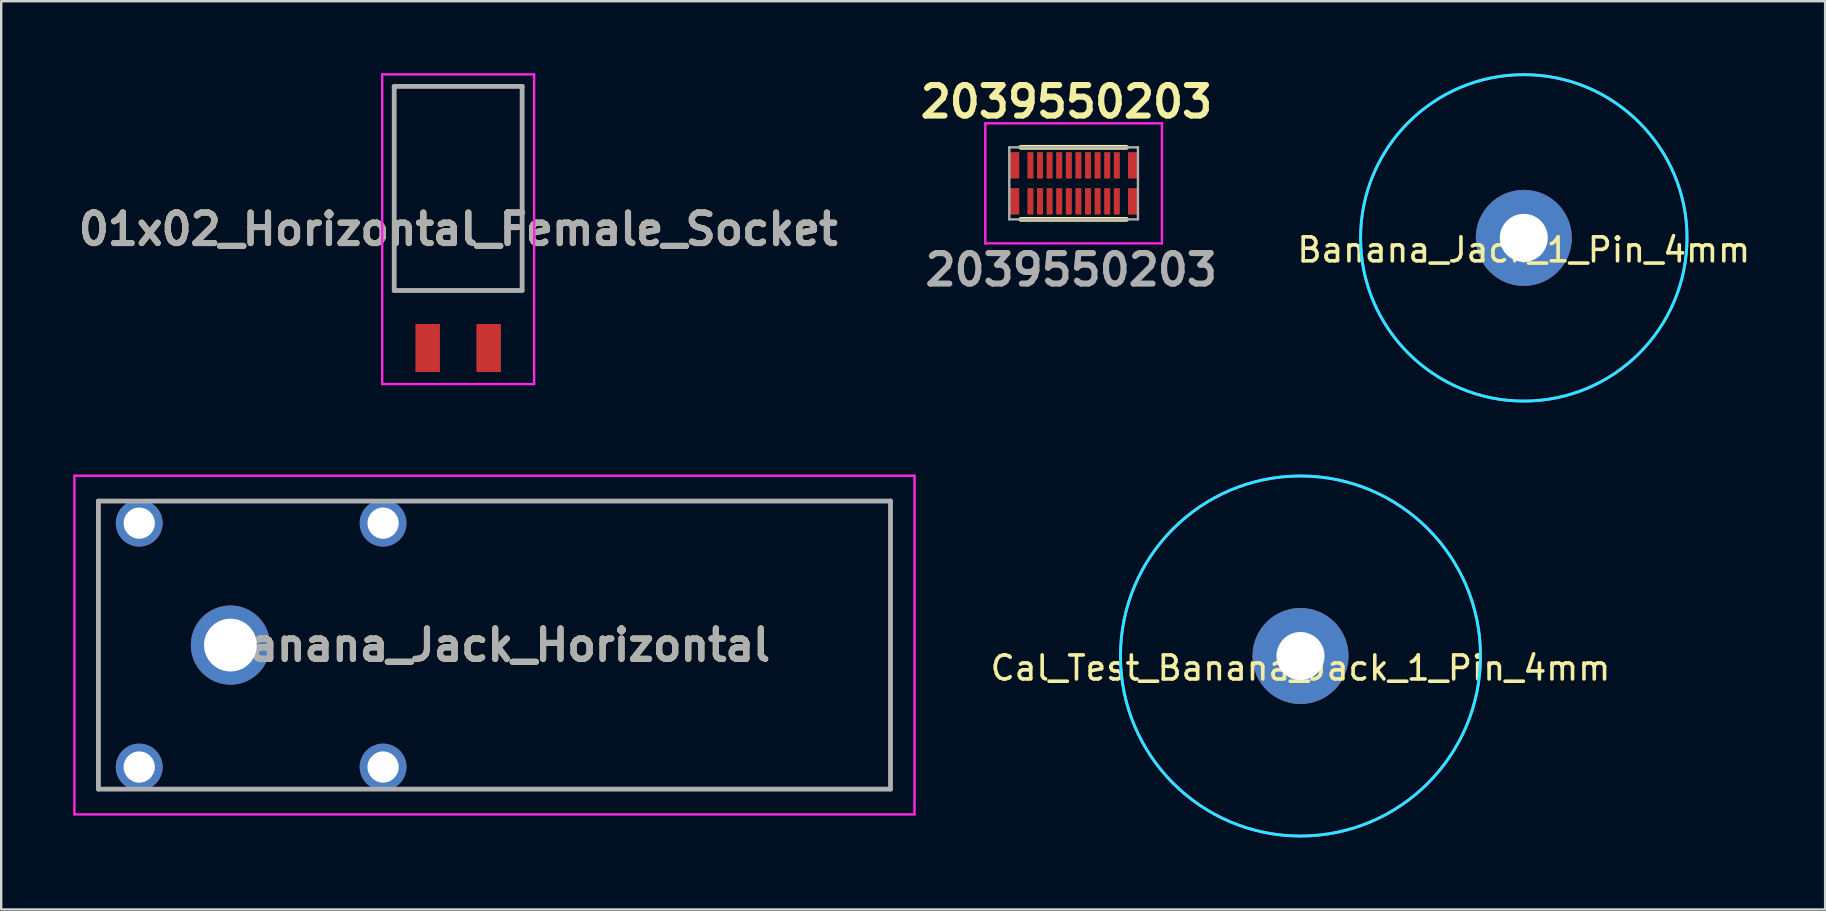
<source format=kicad_pcb>
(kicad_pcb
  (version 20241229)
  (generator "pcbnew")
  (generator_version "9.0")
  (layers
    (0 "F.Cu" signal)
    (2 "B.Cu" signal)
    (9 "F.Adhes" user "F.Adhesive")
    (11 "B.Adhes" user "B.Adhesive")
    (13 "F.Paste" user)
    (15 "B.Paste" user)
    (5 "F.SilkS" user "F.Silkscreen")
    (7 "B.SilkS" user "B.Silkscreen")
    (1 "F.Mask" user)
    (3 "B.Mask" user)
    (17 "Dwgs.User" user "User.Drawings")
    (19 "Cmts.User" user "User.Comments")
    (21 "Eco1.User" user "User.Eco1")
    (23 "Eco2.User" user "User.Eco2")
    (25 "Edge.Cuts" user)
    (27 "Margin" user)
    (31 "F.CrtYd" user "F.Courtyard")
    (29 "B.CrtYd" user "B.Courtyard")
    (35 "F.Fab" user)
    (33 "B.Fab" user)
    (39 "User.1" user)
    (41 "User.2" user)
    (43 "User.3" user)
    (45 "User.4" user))
  (footprint "Banana_Jack_Horizontal"
    (layer "F.Cu")
    (at 2.75 18.745)
    (property "Reference" "Banana_Jack_Horizontal" (at 14.8 5.08 0) (layer "F.SilkS") (effects (font (size 1.27 1.27) (thickness 0.254))))
    (attr through_hole)
    (fp_line (start -1.7 -0.92) (end -1.7 11.08) (stroke (width 0.1) (type solid)) (layer "F.SilkS"))
    (fp_line (start -1.7 11.08) (end -1.2 11.08) (stroke (width 0.1) (type solid)) (layer "F.SilkS"))
    (fp_line (start -1.2 -0.92) (end -1.7 -0.92) (stroke (width 0.1) (type solid)) (layer "F.SilkS"))
    (fp_line (start 1.3 -0.92) (end 8.8 -0.92) (stroke (width 0.1) (type solid)) (layer "F.SilkS"))
    (fp_line (start 1.3 11.08) (end 8.8 11.08) (stroke (width 0.1) (type solid)) (layer "F.SilkS"))
    (fp_line (start 11.3 -0.92) (end 31.3 -0.92) (stroke (width 0.1) (type solid)) (layer "F.SilkS"))
    (fp_line (start 31.3 -0.92) (end 31.3 11.08) (stroke (width 0.1) (type solid)) (layer "F.SilkS"))
    (fp_line (start 31.3 11.08) (end 11.3 11.08) (stroke (width 0.1) (type solid)) (layer "F.SilkS"))
    (fp_line (start -2.7 -1.975) (end 32.3 -1.975) (stroke (width 0.1) (type solid)) (layer "F.CrtYd"))
    (fp_line (start -2.7 12.135) (end -2.7 -1.975) (stroke (width 0.1) (type solid)) (layer "F.CrtYd"))
    (fp_line (start 32.3 -1.975) (end 32.3 12.135) (stroke (width 0.1) (type solid)) (layer "F.CrtYd"))
    (fp_line (start 32.3 12.135) (end -2.7 12.135) (stroke (width 0.1) (type solid)) (layer "F.CrtYd"))
    (fp_line (start -1.7 -0.92) (end 31.3 -0.92) (stroke (width 0.2) (type solid)) (layer "F.Fab"))
    (fp_line (start -1.7 11.08) (end -1.7 -0.92) (stroke (width 0.2) (type solid)) (layer "F.Fab"))
    (fp_line (start 31.3 -0.92) (end 31.3 11.08) (stroke (width 0.2) (type solid)) (layer "F.Fab"))
    (fp_line (start 31.3 11.08) (end -1.7 11.08) (stroke (width 0.2) (type solid)) (layer "F.Fab"))
    (fp_text user "${REFERENCE}" (at 14.8 5.08 0) (layer "F.Fab") (effects (font (size 1.27 1.27) (thickness 0.254))))
    (pad "1" thru_hole circle (at 0 0) (size 1.95 1.95) (drill 1.3) (layers "*.Cu" "*.Mask"))
    (pad "2" thru_hole circle (at 0 10.16) (size 1.95 1.95) (drill 1.3) (layers "*.Cu" "*.Mask"))
    (pad "3" thru_hole circle (at 10.16 10.16) (size 1.95 1.95) (drill 1.3) (layers "*.Cu" "*.Mask"))
    (pad "4" thru_hole circle (at 10.16 0) (size 1.95 1.95) (drill 1.3) (layers "*.Cu" "*.Mask"))
    (pad "5" thru_hole circle (at 3.8 5.08) (size 3.3 3.3) (drill 2.2) (layers "*.Cu" "*.Mask")))
  (footprint "2039550203"
    (layer "F.Cu")
    (at 41.678 4.589)
    (property "Reference" "2039550203" (at -0.3 -3.4 0) (layer "F.SilkS") (effects (font (size 1.27 1.27) (thickness 0.254))))
    (attr smd)
    (fp_line (start -2.2 -1.5) (end 2.2 -1.5) (stroke (width 0.2) (type solid)) (layer "F.SilkS"))
    (fp_line (start -2.2 1.5) (end 2.2 1.5) (stroke (width 0.2) (type solid)) (layer "F.SilkS"))
    (fp_line (start -3.68 -2.5) (end 3.68 -2.5) (stroke (width 0.1) (type solid)) (layer "F.CrtYd"))
    (fp_line (start -3.68 2.5) (end -3.68 -2.5) (stroke (width 0.1) (type solid)) (layer "F.CrtYd"))
    (fp_line (start 3.68 -2.5) (end 3.68 2.5) (stroke (width 0.1) (type solid)) (layer "F.CrtYd"))
    (fp_line (start 3.68 2.5) (end -3.68 2.5) (stroke (width 0.1) (type solid)) (layer "F.CrtYd"))
    (fp_line (start -2.68 -1.5) (end 2.68 -1.5) (stroke (width 0.1) (type solid)) (layer "F.Fab"))
    (fp_line (start -2.68 1.5) (end -2.68 -1.5) (stroke (width 0.1) (type solid)) (layer "F.Fab"))
    (fp_line (start 2.68 -1.5) (end 2.68 1.5) (stroke (width 0.1) (type solid)) (layer "F.Fab"))
    (fp_line (start 2.68 1.5) (end -2.68 1.5) (stroke (width 0.1) (type solid)) (layer "F.Fab"))
    (fp_text user "${REFERENCE}" (at -0.1 3.6 0) (layer "F.Fab") (effects (font (size 1.27 1.27) (thickness 0.254))))
    (pad "1" smd rect (at -1.8 0.75) (size 0.25 1.1) (layers "F.Cu" "F.Mask" "F.Paste"))
    (pad "2" smd rect (at -1.8 -0.75) (size 0.25 1.1) (layers "F.Cu" "F.Mask" "F.Paste"))
    (pad "3" smd rect (at -1.4 0.75) (size 0.25 1.1) (layers "F.Cu" "F.Mask" "F.Paste"))
    (pad "4" smd rect (at -1.4 -0.75) (size 0.25 1.1) (layers "F.Cu" "F.Mask" "F.Paste"))
    (pad "5" smd rect (at -1 0.75) (size 0.25 1.1) (layers "F.Cu" "F.Mask" "F.Paste"))
    (pad "6" smd rect (at -1 -0.75) (size 0.25 1.1) (layers "F.Cu" "F.Mask" "F.Paste"))
    (pad "7" smd rect (at -0.6 0.75) (size 0.25 1.1) (layers "F.Cu" "F.Mask" "F.Paste"))
    (pad "8" smd rect (at -0.6 -0.75) (size 0.25 1.1) (layers "F.Cu" "F.Mask" "F.Paste"))
    (pad "9" smd rect (at -0.2 0.75) (size 0.25 1.1) (layers "F.Cu" "F.Mask" "F.Paste"))
    (pad "10" smd rect (at -0.2 -0.75) (size 0.25 1.1) (layers "F.Cu" "F.Mask" "F.Paste"))
    (pad "11" smd rect (at 0.2 0.75) (size 0.25 1.1) (layers "F.Cu" "F.Mask" "F.Paste"))
    (pad "12" smd rect (at 0.2 -0.75) (size 0.25 1.1) (layers "F.Cu" "F.Mask" "F.Paste"))
    (pad "13" smd rect (at 0.6 0.75) (size 0.25 1.1) (layers "F.Cu" "F.Mask" "F.Paste"))
    (pad "14" smd rect (at 0.6 -0.75) (size 0.25 1.1) (layers "F.Cu" "F.Mask" "F.Paste"))
    (pad "15" smd rect (at 1 0.75) (size 0.25 1.1) (layers "F.Cu" "F.Mask" "F.Paste"))
    (pad "16" smd rect (at 1 -0.75) (size 0.25 1.1) (layers "F.Cu" "F.Mask" "F.Paste"))
    (pad "17" smd rect (at 1.4 0.75) (size 0.25 1.1) (layers "F.Cu" "F.Mask" "F.Paste"))
    (pad "18" smd rect (at 1.4 -0.75) (size 0.25 1.1) (layers "F.Cu" "F.Mask" "F.Paste"))
    (pad "19" smd rect (at 1.8 0.75) (size 0.25 1.1) (layers "F.Cu" "F.Mask" "F.Paste"))
    (pad "20" smd rect (at 1.8 -0.75) (size 0.25 1.1) (layers "F.Cu" "F.Mask" "F.Paste"))
    (pad "MP1" smd rect (at -2.465 0.75) (size 0.4 1.1) (layers "F.Cu" "F.Mask" "F.Paste"))
    (pad "MP2" smd rect (at -2.465 -0.75) (size 0.4 1.1) (layers "F.Cu" "F.Mask" "F.Paste"))
    (pad "MP3" smd rect (at 2.465 0.75) (size 0.4 1.1) (layers "F.Cu" "F.Mask" "F.Paste"))
    (pad "MP4" smd rect (at 2.465 -0.75) (size 0.4 1.1) (layers "F.Cu" "F.Mask" "F.Paste")))
  (footprint "Cal_Test_Banana_Jack_1_Pin_4mm"
    (layer "F.Cu")
    (at 51.13 24.28)
    (property "Reference" "Cal_Test_Banana_Jack_1_Pin_4mm" (at 0 0.5 0) (layer "F.SilkS") (effects (font (size 1 1) (thickness 0.15))))
    (attr through_hole)
    (fp_circle (center 0 0) (end 7.5 0) (stroke (width 0.12) (type solid)) (fill no) (layer "B.CrtYd"))
    (fp_circle (center 0 0) (end 7.5 0) (stroke (width 0.12) (type solid)) (fill no) (layer "F.CrtYd"))
    (pad "1" thru_hole circle (at 0 0) (size 4 4) (drill 2) (layers "*.Cu" "*.Mask")))
  (footprint "01x02_Horizontal_Female_Socket"
    (layer "F.Cu")
    (at 16.038 6)
    (property "Reference" "01x02_Horizontal_Female_Socket" (at 0 0.5 0) (layer "F.SilkS") (effects (font (size 1.27 1.27) (thickness 0.254))))
    (attr smd)
    (fp_line (start -2.665 -5.45) (end 2.665 -5.45) (stroke (width 0.1) (type solid)) (layer "F.SilkS"))
    (fp_line (start -2.665 3.05) (end -2.665 -5.45) (stroke (width 0.1) (type solid)) (layer "F.SilkS"))
    (fp_line (start 2.665 -5.45) (end 2.665 3.05) (stroke (width 0.1) (type solid)) (layer "F.SilkS"))
    (fp_line (start 2.665 3.05) (end -2.665 3.05) (stroke (width 0.1) (type solid)) (layer "F.SilkS"))
    (fp_line (start -3.165 -5.95) (end 3.165 -5.95) (stroke (width 0.1) (type solid)) (layer "F.CrtYd"))
    (fp_line (start -3.165 6.95) (end -3.165 -5.95) (stroke (width 0.1) (type solid)) (layer "F.CrtYd"))
    (fp_line (start 3.165 -5.95) (end 3.165 6.95) (stroke (width 0.1) (type solid)) (layer "F.CrtYd"))
    (fp_line (start 3.165 6.95) (end -3.165 6.95) (stroke (width 0.1) (type solid)) (layer "F.CrtYd"))
    (fp_line (start -2.665 -5.45) (end 2.665 -5.45) (stroke (width 0.2) (type solid)) (layer "F.Fab"))
    (fp_line (start -2.665 3.05) (end -2.665 -5.45) (stroke (width 0.2) (type solid)) (layer "F.Fab"))
    (fp_line (start 2.665 -5.45) (end 2.665 3.05) (stroke (width 0.2) (type solid)) (layer "F.Fab"))
    (fp_line (start 2.665 3.05) (end -2.665 3.05) (stroke (width 0.2) (type solid)) (layer "F.Fab"))
    (fp_text user "${REFERENCE}" (at 0 0.5 0) (layer "F.Fab") (effects (font (size 1.27 1.27) (thickness 0.254))))
    (pad "1" smd rect (at -1.27 5.45) (size 1.02 2) (layers "F.Cu" "F.Mask" "F.Paste"))
    (pad "2" smd rect (at 1.27 5.45) (size 1.02 2) (layers "F.Cu" "F.Mask" "F.Paste")))
  (footprint "Banana_Jack_1_Pin_4mm"
    (layer "F.Cu")
    (at 60.433 6.86)
    (property "Reference" "Banana_Jack_1_Pin_4mm" (at 0 0.5 0) (layer "F.SilkS") (effects (font (size 1 1) (thickness 0.15))))
    (attr through_hole)
    (fp_circle (center 0 0) (end 6.8 0) (stroke (width 0.12) (type solid)) (fill no) (layer "B.CrtYd"))
    (fp_circle (center 0 0) (end 6.8 0) (stroke (width 0.12) (type solid)) (fill no) (layer "F.CrtYd"))
    (pad "1" thru_hole circle (at 0 0) (size 4 4) (drill 2) (layers "*.Cu" "*.Mask")))
  (gr_rect
    (start -3 -3)
    (end 72.987 34.84)
    (stroke (width 0.1) (type default))
    (fill no)
    (layer "Edge.Cuts")))
</source>
